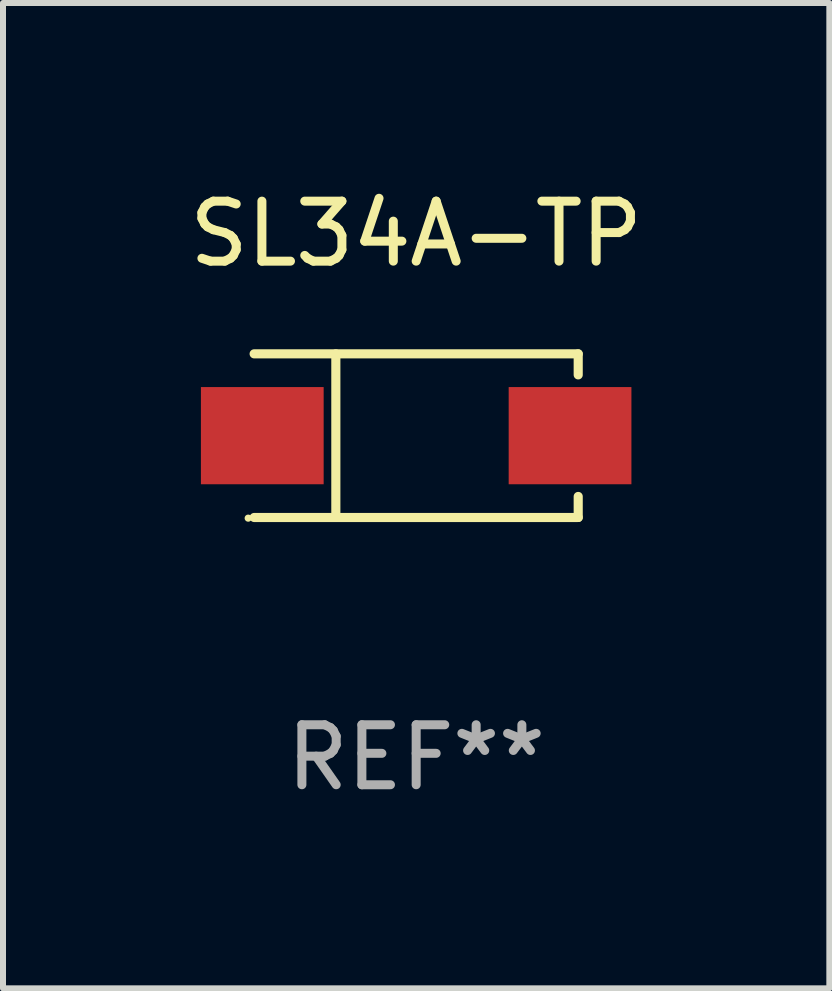
<source format=kicad_pcb>
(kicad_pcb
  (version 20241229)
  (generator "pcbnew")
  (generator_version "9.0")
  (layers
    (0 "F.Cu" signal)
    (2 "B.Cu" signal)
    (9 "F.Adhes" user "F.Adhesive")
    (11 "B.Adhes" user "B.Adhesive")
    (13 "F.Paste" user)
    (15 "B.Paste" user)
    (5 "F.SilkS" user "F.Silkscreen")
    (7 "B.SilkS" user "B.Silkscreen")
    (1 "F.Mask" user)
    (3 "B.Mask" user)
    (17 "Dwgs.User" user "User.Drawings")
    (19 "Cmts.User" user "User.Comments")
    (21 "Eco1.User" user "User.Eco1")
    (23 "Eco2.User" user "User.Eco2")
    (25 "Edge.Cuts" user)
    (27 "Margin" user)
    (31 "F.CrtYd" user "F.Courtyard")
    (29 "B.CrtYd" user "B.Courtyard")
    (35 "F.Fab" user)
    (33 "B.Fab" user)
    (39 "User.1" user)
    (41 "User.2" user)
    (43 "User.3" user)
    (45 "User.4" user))
  (footprint "SL34A-TP"
    (layer "F.Cu")
    (at 3.887 4.212)
    (property "Reference" "SL34A-TP" (at 0 -3.364 0) (layer "F.SilkS") (effects (font (size 1 1) (thickness 0.15))))
    (attr through_hole)
    (fp_line (start -2.701 -1.364) (end 2.701 -1.364) (stroke (width 0.152) (type solid)) (layer "F.SilkS"))
    (fp_line (start -2.701 1.364) (end 2.701 1.364) (stroke (width 0.152) (type solid)) (layer "F.SilkS"))
    (fp_line (start -1.339 -1.364) (end -1.339 1.364) (stroke (width 0.152) (type solid)) (layer "F.SilkS"))
    (fp_line (start 2.701 -1.364) (end 2.701 -1.013) (stroke (width 0.152) (type solid)) (layer "F.SilkS"))
    (fp_line (start 2.701 1.364) (end 2.701 1.013) (stroke (width 0.152) (type solid)) (layer "F.SilkS"))
    (fp_circle (center -2.8 1.375) (end -2.77 1.375) (stroke (width 0.06) (type solid)) (fill no) (layer "F.SilkS"))
    (fp_text user "REF**" (at 0 5.364 0) (layer "F.Fab") (effects (font (size 1 1) (thickness 0.15))))
    (pad "1" smd rect (at -2.565 -0.000025) (size 2.046 1.62) (layers "F.Cu" "F.Mask" "F.Paste"))
    (pad "2" smd rect (at 2.565 -0.000025) (size 2.046 1.62) (layers "F.Cu" "F.Mask" "F.Paste")))
  (gr_rect
    (start -3 -3)
    (end 10.774 13.424)
    (stroke (width 0.1) (type default))
    (fill no)
    (layer "Edge.Cuts")))
</source>
